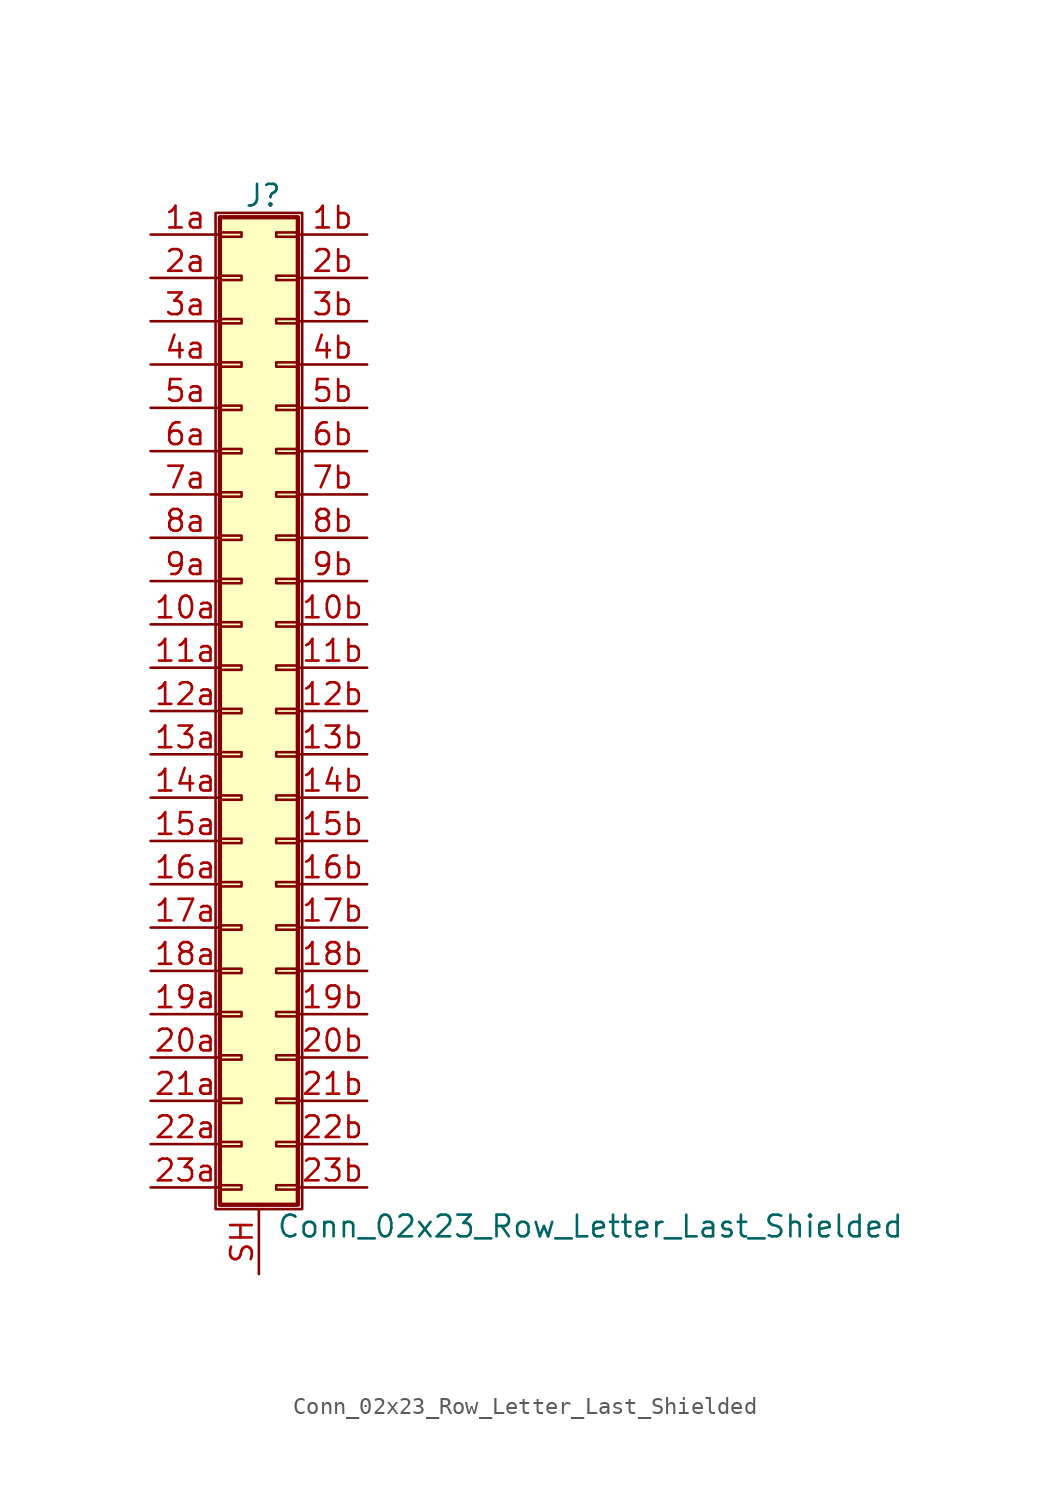
<source format=kicad_sym>
(kicad_symbol_lib
  (version 20211014)
  (generator kicad_symbol_editor)
  (symbol "Conn_02x23_Row_Letter_Last_Shielded"
    (pin_names
      (offset 1.016) hide)
    (property "Reference" "J"
      (at 1.524 30.226 0)
      (effects (font (size 1.27 1.27))))
    (property "Value" "Conn_02x23_Row_Letter_Last_Shielded"
      (at 2.286 -30.226 0)
      (effects (font (size 1.27 1.27)) (justify left)))
    (symbol "Conn_02x23_Row_Letter_Last_Shielded_1_1"
      (rectangle (start -1.27 29.21) (end 3.81 -29.21) (stroke (width 0.152) (type default) (color 0 0 0 0)) (fill (type none)))
      (rectangle (start -1.016 -27.813) (end 0.254 -28.067) (stroke (width 0.152) (type default) (color 0 0 0 0)) (fill (type none)))
      (rectangle (start -1.016 -25.273) (end 0.254 -25.527) (stroke (width 0.152) (type default) (color 0 0 0 0)) (fill (type none)))
      (rectangle (start -1.016 -22.733) (end 0.254 -22.987) (stroke (width 0.152) (type default) (color 0 0 0 0)) (fill (type none)))
      (rectangle (start -1.016 -20.193) (end 0.254 -20.447) (stroke (width 0.152) (type default) (color 0 0 0 0)) (fill (type none)))
      (rectangle (start -1.016 -17.653) (end 0.254 -17.907) (stroke (width 0.152) (type default) (color 0 0 0 0)) (fill (type none)))
      (rectangle (start -1.016 -15.113) (end 0.254 -15.367) (stroke (width 0.152) (type default) (color 0 0 0 0)) (fill (type none)))
      (rectangle (start -1.016 -12.573) (end 0.254 -12.827) (stroke (width 0.152) (type default) (color 0 0 0 0)) (fill (type none)))
      (rectangle (start -1.016 -10.033) (end 0.254 -10.287) (stroke (width 0.152) (type default) (color 0 0 0 0)) (fill (type none)))
      (rectangle (start -1.016 -7.493) (end 0.254 -7.747) (stroke (width 0.152) (type default) (color 0 0 0 0)) (fill (type none)))
      (rectangle (start -1.016 -4.953) (end 0.254 -5.207) (stroke (width 0.152) (type default) (color 0 0 0 0)) (fill (type none)))
      (rectangle (start -1.016 -2.413) (end 0.254 -2.667) (stroke (width 0.152) (type default) (color 0 0 0 0)) (fill (type none)))
      (rectangle (start -1.016 0.127) (end 0.254 -0.127) (stroke (width 0.152) (type default) (color 0 0 0 0)) (fill (type none)))
      (rectangle (start -1.016 2.667) (end 0.254 2.413) (stroke (width 0.152) (type default) (color 0 0 0 0)) (fill (type none)))
      (rectangle (start -1.016 5.207) (end 0.254 4.953) (stroke (width 0.152) (type default) (color 0 0 0 0)) (fill (type none)))
      (rectangle (start -1.016 7.747) (end 0.254 7.493) (stroke (width 0.152) (type default) (color 0 0 0 0)) (fill (type none)))
      (rectangle (start -1.016 10.287) (end 0.254 10.033) (stroke (width 0.152) (type default) (color 0 0 0 0)) (fill (type none)))
      (rectangle (start -1.016 12.827) (end 0.254 12.573) (stroke (width 0.152) (type default) (color 0 0 0 0)) (fill (type none)))
      (rectangle (start -1.016 15.367) (end 0.254 15.113) (stroke (width 0.152) (type default) (color 0 0 0 0)) (fill (type none)))
      (rectangle (start -1.016 17.907) (end 0.254 17.653) (stroke (width 0.152) (type default) (color 0 0 0 0)) (fill (type none)))
      (rectangle (start -1.016 20.447) (end 0.254 20.193) (stroke (width 0.152) (type default) (color 0 0 0 0)) (fill (type none)))
      (rectangle (start -1.016 22.987) (end 0.254 22.733) (stroke (width 0.152) (type default) (color 0 0 0 0)) (fill (type none)))
      (rectangle (start -1.016 25.527) (end 0.254 25.273) (stroke (width 0.152) (type default) (color 0 0 0 0)) (fill (type none)))
      (rectangle (start -1.016 28.067) (end 0.254 27.813) (stroke (width 0.152) (type default) (color 0 0 0 0)) (fill (type none)))
      (rectangle (start -1.016 28.956) (end 3.556 -28.956) (stroke (width 0.254) (type default) (color 0 0 0 0)) (fill (type background)))
      (rectangle (start 3.556 -27.813) (end 2.286 -28.067) (stroke (width 0.152) (type default) (color 0 0 0 0)) (fill (type none)))
      (rectangle (start 3.556 -25.273) (end 2.286 -25.527) (stroke (width 0.152) (type default) (color 0 0 0 0)) (fill (type none)))
      (rectangle (start 3.556 -22.733) (end 2.286 -22.987) (stroke (width 0.152) (type default) (color 0 0 0 0)) (fill (type none)))
      (rectangle (start 3.556 -20.193) (end 2.286 -20.447) (stroke (width 0.152) (type default) (color 0 0 0 0)) (fill (type none)))
      (rectangle (start 3.556 -17.653) (end 2.286 -17.907) (stroke (width 0.152) (type default) (color 0 0 0 0)) (fill (type none)))
      (rectangle (start 3.556 -15.113) (end 2.286 -15.367) (stroke (width 0.152) (type default) (color 0 0 0 0)) (fill (type none)))
      (rectangle (start 3.556 -12.573) (end 2.286 -12.827) (stroke (width 0.152) (type default) (color 0 0 0 0)) (fill (type none)))
      (rectangle (start 3.556 -10.033) (end 2.286 -10.287) (stroke (width 0.152) (type default) (color 0 0 0 0)) (fill (type none)))
      (rectangle (start 3.556 -7.493) (end 2.286 -7.747) (stroke (width 0.152) (type default) (color 0 0 0 0)) (fill (type none)))
      (rectangle (start 3.556 -4.953) (end 2.286 -5.207) (stroke (width 0.152) (type default) (color 0 0 0 0)) (fill (type none)))
      (rectangle (start 3.556 -2.413) (end 2.286 -2.667) (stroke (width 0.152) (type default) (color 0 0 0 0)) (fill (type none)))
      (rectangle (start 3.556 0.127) (end 2.286 -0.127) (stroke (width 0.152) (type default) (color 0 0 0 0)) (fill (type none)))
      (rectangle (start 3.556 2.667) (end 2.286 2.413) (stroke (width 0.152) (type default) (color 0 0 0 0)) (fill (type none)))
      (rectangle (start 3.556 5.207) (end 2.286 4.953) (stroke (width 0.152) (type default) (color 0 0 0 0)) (fill (type none)))
      (rectangle (start 3.556 7.747) (end 2.286 7.493) (stroke (width 0.152) (type default) (color 0 0 0 0)) (fill (type none)))
      (rectangle (start 3.556 10.287) (end 2.286 10.033) (stroke (width 0.152) (type default) (color 0 0 0 0)) (fill (type none)))
      (rectangle (start 3.556 12.827) (end 2.286 12.573) (stroke (width 0.152) (type default) (color 0 0 0 0)) (fill (type none)))
      (rectangle (start 3.556 15.367) (end 2.286 15.113) (stroke (width 0.152) (type default) (color 0 0 0 0)) (fill (type none)))
      (rectangle (start 3.556 17.907) (end 2.286 17.653) (stroke (width 0.152) (type default) (color 0 0 0 0)) (fill (type none)))
      (rectangle (start 3.556 20.447) (end 2.286 20.193) (stroke (width 0.152) (type default) (color 0 0 0 0)) (fill (type none)))
      (rectangle (start 3.556 22.987) (end 2.286 22.733) (stroke (width 0.152) (type default) (color 0 0 0 0)) (fill (type none)))
      (rectangle (start 3.556 25.527) (end 2.286 25.273) (stroke (width 0.152) (type default) (color 0 0 0 0)) (fill (type none)))
      (rectangle (start 3.556 28.067) (end 2.286 27.813) (stroke (width 0.152) (type default) (color 0 0 0 0)) (fill (type none)))
      (pin passive line (at -5.08 5.08 0) (length 4.064) (name "Pin_10a" (effects (font (size 1.27 1.27)))) (number "10a" (effects (font (size 1.27 1.27)))))
      (pin passive line (at 7.62 5.08 180) (length 4.064) (name "Pin_10b" (effects (font (size 1.27 1.27)))) (number "10b" (effects (font (size 1.27 1.27)))))
      (pin passive line (at -5.08 2.54 0) (length 4.064) (name "Pin_11a" (effects (font (size 1.27 1.27)))) (number "11a" (effects (font (size 1.27 1.27)))))
      (pin passive line (at 7.62 2.54 180) (length 4.064) (name "Pin_11b" (effects (font (size 1.27 1.27)))) (number "11b" (effects (font (size 1.27 1.27)))))
      (pin passive line (at -5.08 0 0) (length 4.064) (name "Pin_12a" (effects (font (size 1.27 1.27)))) (number "12a" (effects (font (size 1.27 1.27)))))
      (pin passive line (at 7.62 0 180) (length 4.064) (name "Pin_12b" (effects (font (size 1.27 1.27)))) (number "12b" (effects (font (size 1.27 1.27)))))
      (pin passive line (at -5.08 -2.54 0) (length 4.064) (name "Pin_13a" (effects (font (size 1.27 1.27)))) (number "13a" (effects (font (size 1.27 1.27)))))
      (pin passive line (at 7.62 -2.54 180) (length 4.064) (name "Pin_13b" (effects (font (size 1.27 1.27)))) (number "13b" (effects (font (size 1.27 1.27)))))
      (pin passive line (at -5.08 -5.08 0) (length 4.064) (name "Pin_14a" (effects (font (size 1.27 1.27)))) (number "14a" (effects (font (size 1.27 1.27)))))
      (pin passive line (at 7.62 -5.08 180) (length 4.064) (name "Pin_14b" (effects (font (size 1.27 1.27)))) (number "14b" (effects (font (size 1.27 1.27)))))
      (pin passive line (at -5.08 -7.62 0) (length 4.064) (name "Pin_15a" (effects (font (size 1.27 1.27)))) (number "15a" (effects (font (size 1.27 1.27)))))
      (pin passive line (at 7.62 -7.62 180) (length 4.064) (name "Pin_15b" (effects (font (size 1.27 1.27)))) (number "15b" (effects (font (size 1.27 1.27)))))
      (pin passive line (at -5.08 -10.16 0) (length 4.064) (name "Pin_16a" (effects (font (size 1.27 1.27)))) (number "16a" (effects (font (size 1.27 1.27)))))
      (pin passive line (at 7.62 -10.16 180) (length 4.064) (name "Pin_16b" (effects (font (size 1.27 1.27)))) (number "16b" (effects (font (size 1.27 1.27)))))
      (pin passive line (at -5.08 -12.7 0) (length 4.064) (name "Pin_17a" (effects (font (size 1.27 1.27)))) (number "17a" (effects (font (size 1.27 1.27)))))
      (pin passive line (at 7.62 -12.7 180) (length 4.064) (name "Pin_17b" (effects (font (size 1.27 1.27)))) (number "17b" (effects (font (size 1.27 1.27)))))
      (pin passive line (at -5.08 -15.24 0) (length 4.064) (name "Pin_18a" (effects (font (size 1.27 1.27)))) (number "18a" (effects (font (size 1.27 1.27)))))
      (pin passive line (at 7.62 -15.24 180) (length 4.064) (name "Pin_18b" (effects (font (size 1.27 1.27)))) (number "18b" (effects (font (size 1.27 1.27)))))
      (pin passive line (at -5.08 -17.78 0) (length 4.064) (name "Pin_19a" (effects (font (size 1.27 1.27)))) (number "19a" (effects (font (size 1.27 1.27)))))
      (pin passive line (at 7.62 -17.78 180) (length 4.064) (name "Pin_19b" (effects (font (size 1.27 1.27)))) (number "19b" (effects (font (size 1.27 1.27)))))
      (pin passive line (at -5.08 27.94 0) (length 4.064) (name "Pin_1a" (effects (font (size 1.27 1.27)))) (number "1a" (effects (font (size 1.27 1.27)))))
      (pin passive line (at 7.62 27.94 180) (length 4.064) (name "Pin_1b" (effects (font (size 1.27 1.27)))) (number "1b" (effects (font (size 1.27 1.27)))))
      (pin passive line (at -5.08 -20.32 0) (length 4.064) (name "Pin_20a" (effects (font (size 1.27 1.27)))) (number "20a" (effects (font (size 1.27 1.27)))))
      (pin passive line (at 7.62 -20.32 180) (length 4.064) (name "Pin_20b" (effects (font (size 1.27 1.27)))) (number "20b" (effects (font (size 1.27 1.27)))))
      (pin passive line (at -5.08 -22.86 0) (length 4.064) (name "Pin_21a" (effects (font (size 1.27 1.27)))) (number "21a" (effects (font (size 1.27 1.27)))))
      (pin passive line (at 7.62 -22.86 180) (length 4.064) (name "Pin_21b" (effects (font (size 1.27 1.27)))) (number "21b" (effects (font (size 1.27 1.27)))))
      (pin passive line (at -5.08 -25.4 0) (length 4.064) (name "Pin_22a" (effects (font (size 1.27 1.27)))) (number "22a" (effects (font (size 1.27 1.27)))))
      (pin passive line (at 7.62 -25.4 180) (length 4.064) (name "Pin_22b" (effects (font (size 1.27 1.27)))) (number "22b" (effects (font (size 1.27 1.27)))))
      (pin passive line (at -5.08 -27.94 0) (length 4.064) (name "Pin_23a" (effects (font (size 1.27 1.27)))) (number "23a" (effects (font (size 1.27 1.27)))))
      (pin passive line (at 7.62 -27.94 180) (length 4.064) (name "Pin_23b" (effects (font (size 1.27 1.27)))) (number "23b" (effects (font (size 1.27 1.27)))))
      (pin passive line (at -5.08 25.4 0) (length 4.064) (name "Pin_2a" (effects (font (size 1.27 1.27)))) (number "2a" (effects (font (size 1.27 1.27)))))
      (pin passive line (at 7.62 25.4 180) (length 4.064) (name "Pin_2b" (effects (font (size 1.27 1.27)))) (number "2b" (effects (font (size 1.27 1.27)))))
      (pin passive line (at -5.08 22.86 0) (length 4.064) (name "Pin_3a" (effects (font (size 1.27 1.27)))) (number "3a" (effects (font (size 1.27 1.27)))))
      (pin passive line (at 7.62 22.86 180) (length 4.064) (name "Pin_3b" (effects (font (size 1.27 1.27)))) (number "3b" (effects (font (size 1.27 1.27)))))
      (pin passive line (at -5.08 20.32 0) (length 4.064) (name "Pin_4a" (effects (font (size 1.27 1.27)))) (number "4a" (effects (font (size 1.27 1.27)))))
      (pin passive line (at 7.62 20.32 180) (length 4.064) (name "Pin_4b" (effects (font (size 1.27 1.27)))) (number "4b" (effects (font (size 1.27 1.27)))))
      (pin passive line (at -5.08 17.78 0) (length 4.064) (name "Pin_5a" (effects (font (size 1.27 1.27)))) (number "5a" (effects (font (size 1.27 1.27)))))
      (pin passive line (at 7.62 17.78 180) (length 4.064) (name "Pin_5b" (effects (font (size 1.27 1.27)))) (number "5b" (effects (font (size 1.27 1.27)))))
      (pin passive line (at -5.08 15.24 0) (length 4.064) (name "Pin_6a" (effects (font (size 1.27 1.27)))) (number "6a" (effects (font (size 1.27 1.27)))))
      (pin passive line (at 7.62 15.24 180) (length 4.064) (name "Pin_6b" (effects (font (size 1.27 1.27)))) (number "6b" (effects (font (size 1.27 1.27)))))
      (pin passive line (at -5.08 12.7 0) (length 4.064) (name "Pin_7a" (effects (font (size 1.27 1.27)))) (number "7a" (effects (font (size 1.27 1.27)))))
      (pin passive line (at 7.62 12.7 180) (length 4.064) (name "Pin_7b" (effects (font (size 1.27 1.27)))) (number "7b" (effects (font (size 1.27 1.27)))))
      (pin passive line (at -5.08 10.16 0) (length 4.064) (name "Pin_8a" (effects (font (size 1.27 1.27)))) (number "8a" (effects (font (size 1.27 1.27)))))
      (pin passive line (at 7.62 10.16 180) (length 4.064) (name "Pin_8b" (effects (font (size 1.27 1.27)))) (number "8b" (effects (font (size 1.27 1.27)))))
      (pin passive line (at -5.08 7.62 0) (length 4.064) (name "Pin_9a" (effects (font (size 1.27 1.27)))) (number "9a" (effects (font (size 1.27 1.27)))))
      (pin passive line (at 7.62 7.62 180) (length 4.064) (name "Pin_9b" (effects (font (size 1.27 1.27)))) (number "9b" (effects (font (size 1.27 1.27)))))
      (pin passive line (at 1.27 -33.02 90) (length 3.81) (name "Shield" (effects (font (size 1.27 1.27)))) (number "SH" (effects (font (size 1.27 1.27))))))))
</source>
